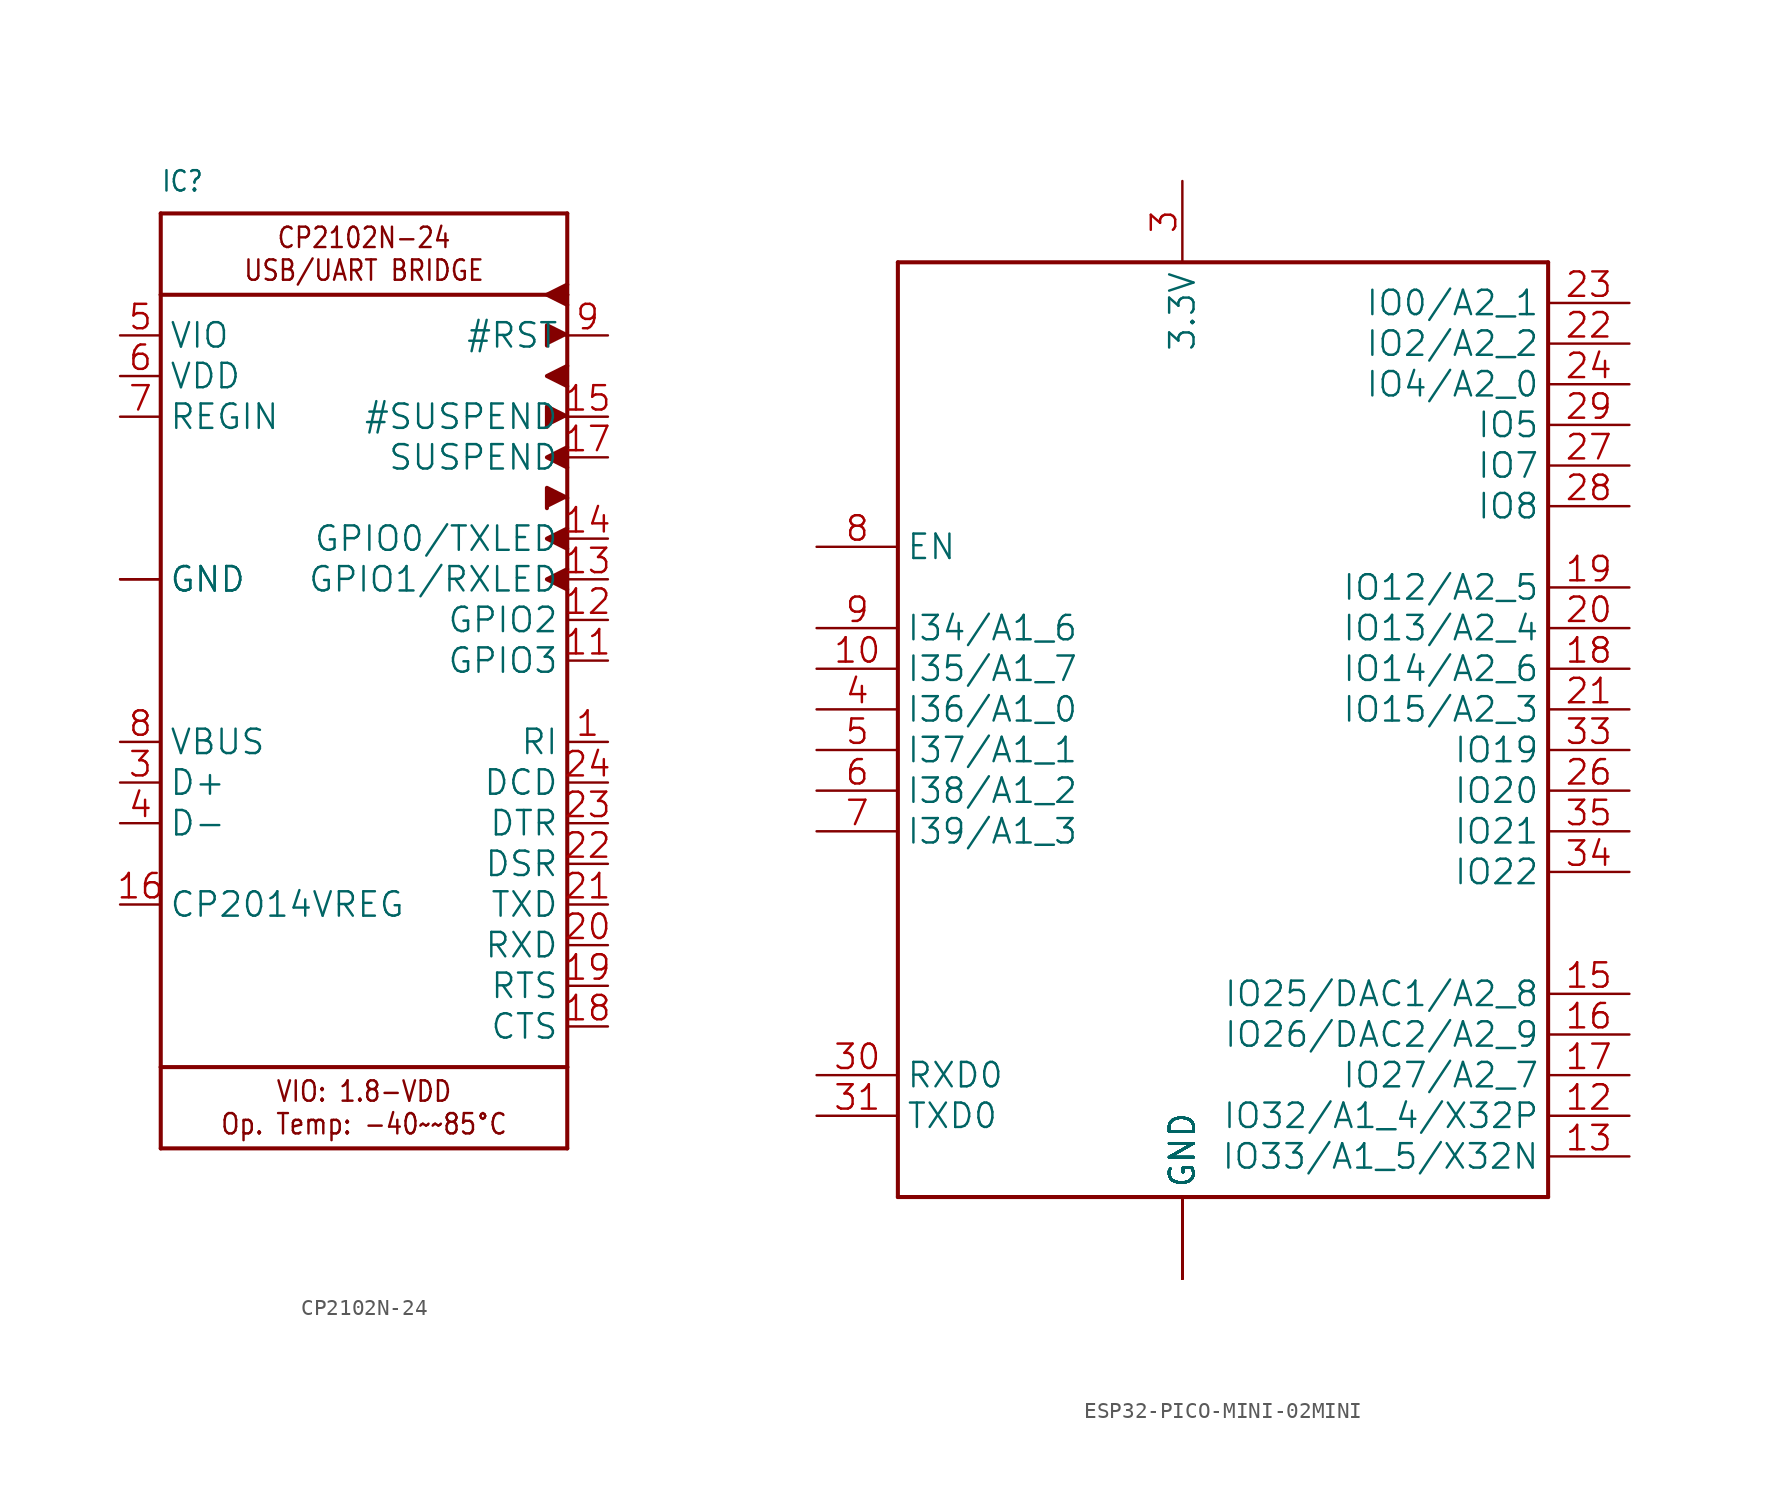
<source format=kicad_sym>
(kicad_symbol_lib
  (version 20241209)
  (generator "kicad_symbol_editor")
  (generator_version "9.0")
  (symbol "CP2102N-24"
    (property "Reference" "IC"
      (at -12.7 29.21 0)
      (effects (font (size 1.27 1.079)) (justify left bottom)))
    (property "Value" ""
      (at -12.7 -33.02 0)
      (effects (font (size 1.27 1.079)) (justify left bottom)))
    (property "ki_locked" ""
      (at 0 0 0)
      (effects (font (size 1.27 1.27))))
    (symbol "CP2102N-24_1_0"
      (polyline (pts (xy -12.7 27.94) (xy 12.7 27.94)) (stroke (width 0.254) (type solid)) (fill (type none)))
      (polyline (pts (xy -12.7 22.86) (xy -12.7 27.94)) (stroke (width 0.254) (type solid)) (fill (type none)))
      (polyline (pts (xy -12.7 22.86) (xy 12.7 22.86)) (stroke (width 0.254) (type solid)) (fill (type none)))
      (polyline (pts (xy -12.7 -25.4) (xy -12.7 22.86)) (stroke (width 0.254) (type solid)) (fill (type none)))
      (polyline (pts (xy -12.7 -25.4) (xy -12.7 -30.48)) (stroke (width 0.254) (type solid)) (fill (type none)))
      (polyline (pts (xy -12.7 -30.48) (xy 12.7 -30.48)) (stroke (width 0.254) (type solid)) (fill (type none)))
      (polyline (pts (xy 11.43 19.685) (xy 11.43 20.955) (xy 12.7 20.32)) (stroke (width 0.254) (type solid)) (fill (type outline)))
      (polyline (pts (xy 11.43 14.605) (xy 11.43 15.875) (xy 12.7 15.24)) (stroke (width 0.254) (type solid)) (fill (type outline)))
      (polyline (pts (xy 11.43 9.525) (xy 11.43 10.795) (xy 12.7 10.16)) (stroke (width 0.254) (type solid)) (fill (type outline)))
      (polyline (pts (xy 12.7 27.94) (xy 12.7 22.86)) (stroke (width 0.254) (type solid)) (fill (type none)))
      (polyline (pts (xy 12.7 22.86) (xy 12.7 -25.4)) (stroke (width 0.254) (type solid)) (fill (type none)))
      (polyline (pts (xy 12.7 22.225) (xy 11.43 22.86) (xy 12.7 23.495)) (stroke (width 0.254) (type solid)) (fill (type outline)))
      (polyline (pts (xy 12.7 17.145) (xy 11.43 17.78) (xy 12.7 18.415)) (stroke (width 0.254) (type solid)) (fill (type outline)))
      (polyline (pts (xy 12.7 12.065) (xy 11.43 12.7) (xy 12.7 13.335)) (stroke (width 0.254) (type solid)) (fill (type outline)))
      (polyline (pts (xy 12.7 6.985) (xy 11.43 7.62) (xy 12.7 8.255)) (stroke (width 0.254) (type solid)) (fill (type outline)))
      (polyline (pts (xy 12.7 4.445) (xy 11.43 5.08) (xy 12.7 5.715)) (stroke (width 0.254) (type solid)) (fill (type outline)))
      (polyline (pts (xy 12.7 -25.4) (xy -12.7 -25.4)) (stroke (width 0.254) (type solid)) (fill (type none)))
      (polyline (pts (xy 12.7 -30.48) (xy 12.7 -25.4)) (stroke (width 0.254) (type solid)) (fill (type none)))
      (text "CP2102N-24\nUSB/UART BRIDGE" (at 0 25.4 0) (effects (font (size 1.27 1.079))))
      (text "VIO: 1.8-VDD\nOp. Temp: -40~~85°C" (at 0 -27.94 0) (effects (font (size 1.27 1.079))))
      (pin power_in line (at -15.24 20.32 0) (length 2.54) (name "VIO" (effects (font (size 1.524 1.524)))) (number "5" (effects (font (size 1.524 1.524)))))
      (pin power_in line (at -15.24 17.78 0) (length 2.54) (name "VDD" (effects (font (size 1.524 1.524)))) (number "6" (effects (font (size 1.524 1.524)))))
      (pin power_in line (at -15.24 15.24 0) (length 2.54) (name "REGIN" (effects (font (size 1.524 1.524)))) (number "7" (effects (font (size 1.524 1.524)))))
      (pin power_in line (at -15.24 5.08 0) (length 2.54) (name "GND" (effects (font (size 1.524 1.524)))) (number "2" (effects (font (size 0 0)))))
      (pin power_in line (at -15.24 5.08 0) (length 2.54) (name "GND" (effects (font (size 1.524 1.524)))) (number "THERM" (effects (font (size 0 0)))))
      (pin power_in line (at -15.24 -5.08 0) (length 2.54) (name "VBUS" (effects (font (size 1.524 1.524)))) (number "8" (effects (font (size 1.524 1.524)))))
      (pin bidirectional line (at -15.24 -7.62 0) (length 2.54) (name "D+" (effects (font (size 1.524 1.524)))) (number "3" (effects (font (size 1.524 1.524)))))
      (pin bidirectional line (at -15.24 -10.16 0) (length 2.54) (name "D-" (effects (font (size 1.524 1.524)))) (number "4" (effects (font (size 1.524 1.524)))))
      (pin passive line (at -15.24 -15.24 0) (length 2.54) (name "CP2014VREG" (effects (font (size 1.524 1.524)))) (number "16" (effects (font (size 1.524 1.524)))))
      (pin bidirectional line (at 15.24 20.32 180) (length 2.54) (name "#RST" (effects (font (size 1.524 1.524)))) (number "9" (effects (font (size 1.524 1.524)))))
      (pin output line (at 15.24 15.24 180) (length 2.54) (name "#SUSPEND" (effects (font (size 1.524 1.524)))) (number "15" (effects (font (size 1.524 1.524)))))
      (pin output line (at 15.24 12.7 180) (length 2.54) (name "SUSPEND" (effects (font (size 1.524 1.524)))) (number "17" (effects (font (size 1.524 1.524)))))
      (pin bidirectional line (at 15.24 7.62 180) (length 2.54) (name "GPIO0/TXLED" (effects (font (size 1.524 1.524)))) (number "14" (effects (font (size 1.524 1.524)))))
      (pin bidirectional line (at 15.24 5.08 180) (length 2.54) (name "GPIO1/RXLED" (effects (font (size 1.524 1.524)))) (number "13" (effects (font (size 1.524 1.524)))))
      (pin bidirectional line (at 15.24 2.54 180) (length 2.54) (name "GPIO2" (effects (font (size 1.524 1.524)))) (number "12" (effects (font (size 1.524 1.524)))))
      (pin bidirectional line (at 15.24 0 180) (length 2.54) (name "GPIO3" (effects (font (size 1.524 1.524)))) (number "11" (effects (font (size 1.524 1.524)))))
      (pin input line (at 15.24 -5.08 180) (length 2.54) (name "RI" (effects (font (size 1.524 1.524)))) (number "1" (effects (font (size 1.524 1.524)))))
      (pin input line (at 15.24 -7.62 180) (length 2.54) (name "DCD" (effects (font (size 1.524 1.524)))) (number "24" (effects (font (size 1.524 1.524)))))
      (pin output line (at 15.24 -10.16 180) (length 2.54) (name "DTR" (effects (font (size 1.524 1.524)))) (number "23" (effects (font (size 1.524 1.524)))))
      (pin input line (at 15.24 -12.7 180) (length 2.54) (name "DSR" (effects (font (size 1.524 1.524)))) (number "22" (effects (font (size 1.524 1.524)))))
      (pin output line (at 15.24 -15.24 180) (length 2.54) (name "TXD" (effects (font (size 1.524 1.524)))) (number "21" (effects (font (size 1.524 1.524)))))
      (pin input line (at 15.24 -17.78 180) (length 2.54) (name "RXD" (effects (font (size 1.524 1.524)))) (number "20" (effects (font (size 1.524 1.524)))))
      (pin output line (at 15.24 -20.32 180) (length 2.54) (name "RTS" (effects (font (size 1.524 1.524)))) (number "19" (effects (font (size 1.524 1.524)))))
      (pin input line (at 15.24 -22.86 180) (length 2.54) (name "CTS" (effects (font (size 1.524 1.524)))) (number "18" (effects (font (size 1.524 1.524)))))))
  (symbol "ESP32-PICO-MINI-02MINI"
    (property "Reference" "X"
      (at 0 0 0)
      (effects (font (size 1.27 1.27)) (hide yes)))
    (property "ki_locked" ""
      (at 0 0 0)
      (effects (font (size 1.27 1.27))))
    (symbol "ESP32-PICO-MINI-02MINI_1_0"
      (polyline (pts (xy -17.78 35.56) (xy 22.86 35.56)) (stroke (width 0.254) (type solid)) (fill (type none)))
      (polyline (pts (xy -17.78 -22.86) (xy -17.78 35.56)) (stroke (width 0.254) (type solid)) (fill (type none)))
      (polyline (pts (xy 22.86 35.56) (xy 22.86 -22.86)) (stroke (width 0.254) (type solid)) (fill (type none)))
      (polyline (pts (xy 22.86 -22.86) (xy -17.78 -22.86)) (stroke (width 0.254) (type solid)) (fill (type none)))
      (pin input line (at -22.86 17.78 0) (length 5.08) (name "EN" (effects (font (size 1.524 1.524)))) (number "8" (effects (font (size 1.524 1.524)))))
      (pin input line (at -22.86 12.7 0) (length 5.08) (name "I34/A1_6" (effects (font (size 1.524 1.524)))) (number "9" (effects (font (size 1.524 1.524)))))
      (pin input line (at -22.86 10.16 0) (length 5.08) (name "I35/A1_7" (effects (font (size 1.524 1.524)))) (number "10" (effects (font (size 1.524 1.524)))))
      (pin input line (at -22.86 7.62 0) (length 5.08) (name "I36/A1_0" (effects (font (size 1.524 1.524)))) (number "4" (effects (font (size 1.524 1.524)))))
      (pin input line (at -22.86 5.08 0) (length 5.08) (name "I37/A1_1" (effects (font (size 1.524 1.524)))) (number "5" (effects (font (size 1.524 1.524)))))
      (pin input line (at -22.86 2.54 0) (length 5.08) (name "I38/A1_2" (effects (font (size 1.524 1.524)))) (number "6" (effects (font (size 1.524 1.524)))))
      (pin input line (at -22.86 0 0) (length 5.08) (name "I39/A1_3" (effects (font (size 1.524 1.524)))) (number "7" (effects (font (size 1.524 1.524)))))
      (pin input line (at -22.86 -15.24 0) (length 5.08) (name "RXD0" (effects (font (size 1.524 1.524)))) (number "30" (effects (font (size 1.524 1.524)))))
      (pin output line (at -22.86 -17.78 0) (length 5.08) (name "TXD0" (effects (font (size 1.524 1.524)))) (number "31" (effects (font (size 1.524 1.524)))))
      (pin passive line (at 0 40.64 270) (length 5.08) (name "3.3V" (effects (font (size 1.524 1.524)))) (number "3" (effects (font (size 1.524 1.524)))))
      (pin passive line (at 0 -27.94 90) (length 5.08) (name "GND" (effects (font (size 1.524 1.524)))) (number "1" (effects (font (size 0 0)))))
      (pin passive line (at 0 -27.94 90) (length 5.08) (name "GND" (effects (font (size 1.524 1.524)))) (number "11" (effects (font (size 0 0)))))
      (pin passive line (at 0 -27.94 90) (length 5.08) (name "GND" (effects (font (size 1.524 1.524)))) (number "14" (effects (font (size 0 0)))))
      (pin passive line (at 0 -27.94 90) (length 5.08) (name "GND" (effects (font (size 1.524 1.524)))) (number "2" (effects (font (size 0 0)))))
      (pin passive line (at 0 -27.94 90) (length 5.08) (name "GND" (effects (font (size 1.524 1.524)))) (number "36" (effects (font (size 0 0)))))
      (pin passive line (at 0 -27.94 90) (length 5.08) (name "GND" (effects (font (size 1.524 1.524)))) (number "37" (effects (font (size 0 0)))))
      (pin passive line (at 0 -27.94 90) (length 5.08) (name "GND" (effects (font (size 1.524 1.524)))) (number "38" (effects (font (size 0 0)))))
      (pin passive line (at 0 -27.94 90) (length 5.08) (name "GND" (effects (font (size 1.524 1.524)))) (number "39" (effects (font (size 0 0)))))
      (pin passive line (at 0 -27.94 90) (length 5.08) (name "GND" (effects (font (size 1.524 1.524)))) (number "40" (effects (font (size 0 0)))))
      (pin passive line (at 0 -27.94 90) (length 5.08) (name "GND" (effects (font (size 1.524 1.524)))) (number "41" (effects (font (size 0 0)))))
      (pin passive line (at 0 -27.94 90) (length 5.08) (name "GND" (effects (font (size 1.524 1.524)))) (number "42" (effects (font (size 0 0)))))
      (pin passive line (at 0 -27.94 90) (length 5.08) (name "GND" (effects (font (size 1.524 1.524)))) (number "43" (effects (font (size 0 0)))))
      (pin passive line (at 0 -27.94 90) (length 5.08) (name "GND" (effects (font (size 1.524 1.524)))) (number "44" (effects (font (size 0 0)))))
      (pin passive line (at 0 -27.94 90) (length 5.08) (name "GND" (effects (font (size 1.524 1.524)))) (number "45" (effects (font (size 0 0)))))
      (pin passive line (at 0 -27.94 90) (length 5.08) (name "GND" (effects (font (size 1.524 1.524)))) (number "46" (effects (font (size 0 0)))))
      (pin passive line (at 0 -27.94 90) (length 5.08) (name "GND" (effects (font (size 1.524 1.524)))) (number "47" (effects (font (size 0 0)))))
      (pin passive line (at 0 -27.94 90) (length 5.08) (name "GND" (effects (font (size 1.524 1.524)))) (number "48" (effects (font (size 0 0)))))
      (pin passive line (at 0 -27.94 90) (length 5.08) (name "GND" (effects (font (size 1.524 1.524)))) (number "49" (effects (font (size 0 0)))))
      (pin passive line (at 0 -27.94 90) (length 5.08) (name "GND" (effects (font (size 1.524 1.524)))) (number "50" (effects (font (size 0 0)))))
      (pin passive line (at 0 -27.94 90) (length 5.08) (name "GND" (effects (font (size 1.524 1.524)))) (number "51" (effects (font (size 0 0)))))
      (pin passive line (at 0 -27.94 90) (length 5.08) (name "GND" (effects (font (size 1.524 1.524)))) (number "52" (effects (font (size 0 0)))))
      (pin passive line (at 0 -27.94 90) (length 5.08) (name "GND" (effects (font (size 1.524 1.524)))) (number "53" (effects (font (size 0 0)))))
      (pin passive line (at 0 -27.94 90) (length 5.08) (name "GND" (effects (font (size 1.524 1.524)))) (number "54" (effects (font (size 0 0)))))
      (pin passive line (at 0 -27.94 90) (length 5.08) (name "GND" (effects (font (size 1.524 1.524)))) (number "55" (effects (font (size 0 0)))))
      (pin passive line (at 0 -27.94 90) (length 5.08) (name "GND" (effects (font (size 1.524 1.524)))) (number "56" (effects (font (size 0 0)))))
      (pin passive line (at 0 -27.94 90) (length 5.08) (name "GND" (effects (font (size 1.524 1.524)))) (number "57" (effects (font (size 0 0)))))
      (pin passive line (at 0 -27.94 90) (length 5.08) (name "GND" (effects (font (size 1.524 1.524)))) (number "58" (effects (font (size 0 0)))))
      (pin passive line (at 0 -27.94 90) (length 5.08) (name "GND" (effects (font (size 1.524 1.524)))) (number "59" (effects (font (size 0 0)))))
      (pin passive line (at 0 -27.94 90) (length 5.08) (name "GND" (effects (font (size 1.524 1.524)))) (number "60" (effects (font (size 0 0)))))
      (pin passive line (at 0 -27.94 90) (length 5.08) (name "GND" (effects (font (size 1.524 1.524)))) (number "61" (effects (font (size 0 0)))))
      (pin bidirectional line (at 27.94 33.02 180) (length 5.08) (name "IO0/A2_1" (effects (font (size 1.524 1.524)))) (number "23" (effects (font (size 1.524 1.524)))))
      (pin bidirectional line (at 27.94 30.48 180) (length 5.08) (name "IO2/A2_2" (effects (font (size 1.524 1.524)))) (number "22" (effects (font (size 1.524 1.524)))))
      (pin bidirectional line (at 27.94 27.94 180) (length 5.08) (name "IO4/A2_0" (effects (font (size 1.524 1.524)))) (number "24" (effects (font (size 1.524 1.524)))))
      (pin bidirectional line (at 27.94 25.4 180) (length 5.08) (name "IO5" (effects (font (size 1.524 1.524)))) (number "29" (effects (font (size 1.524 1.524)))))
      (pin bidirectional line (at 27.94 22.86 180) (length 5.08) (name "IO7" (effects (font (size 1.524 1.524)))) (number "27" (effects (font (size 1.524 1.524)))))
      (pin bidirectional line (at 27.94 20.32 180) (length 5.08) (name "IO8" (effects (font (size 1.524 1.524)))) (number "28" (effects (font (size 1.524 1.524)))))
      (pin bidirectional line (at 27.94 15.24 180) (length 5.08) (name "IO12/A2_5" (effects (font (size 1.524 1.524)))) (number "19" (effects (font (size 1.524 1.524)))))
      (pin bidirectional line (at 27.94 12.7 180) (length 5.08) (name "IO13/A2_4" (effects (font (size 1.524 1.524)))) (number "20" (effects (font (size 1.524 1.524)))))
      (pin bidirectional line (at 27.94 10.16 180) (length 5.08) (name "IO14/A2_6" (effects (font (size 1.524 1.524)))) (number "18" (effects (font (size 1.524 1.524)))))
      (pin bidirectional line (at 27.94 7.62 180) (length 5.08) (name "IO15/A2_3" (effects (font (size 1.524 1.524)))) (number "21" (effects (font (size 1.524 1.524)))))
      (pin bidirectional line (at 27.94 5.08 180) (length 5.08) (name "IO19" (effects (font (size 1.524 1.524)))) (number "33" (effects (font (size 1.524 1.524)))))
      (pin bidirectional line (at 27.94 2.54 180) (length 5.08) (name "IO20" (effects (font (size 1.524 1.524)))) (number "26" (effects (font (size 1.524 1.524)))))
      (pin bidirectional line (at 27.94 0 180) (length 5.08) (name "IO21" (effects (font (size 1.524 1.524)))) (number "35" (effects (font (size 1.524 1.524)))))
      (pin bidirectional line (at 27.94 -2.54 180) (length 5.08) (name "IO22" (effects (font (size 1.524 1.524)))) (number "34" (effects (font (size 1.524 1.524)))))
      (pin bidirectional line (at 27.94 -10.16 180) (length 5.08) (name "IO25/DAC1/A2_8" (effects (font (size 1.524 1.524)))) (number "15" (effects (font (size 1.524 1.524)))))
      (pin bidirectional line (at 27.94 -12.7 180) (length 5.08) (name "IO26/DAC2/A2_9" (effects (font (size 1.524 1.524)))) (number "16" (effects (font (size 1.524 1.524)))))
      (pin bidirectional line (at 27.94 -15.24 180) (length 5.08) (name "IO27/A2_7" (effects (font (size 1.524 1.524)))) (number "17" (effects (font (size 1.524 1.524)))))
      (pin bidirectional line (at 27.94 -17.78 180) (length 5.08) (name "IO32/A1_4/X32P" (effects (font (size 1.524 1.524)))) (number "12" (effects (font (size 1.524 1.524)))))
      (pin bidirectional line (at 27.94 -20.32 180) (length 5.08) (name "IO33/A1_5/X32N" (effects (font (size 1.524 1.524)))) (number "13" (effects (font (size 1.524 1.524))))))))
</source>
